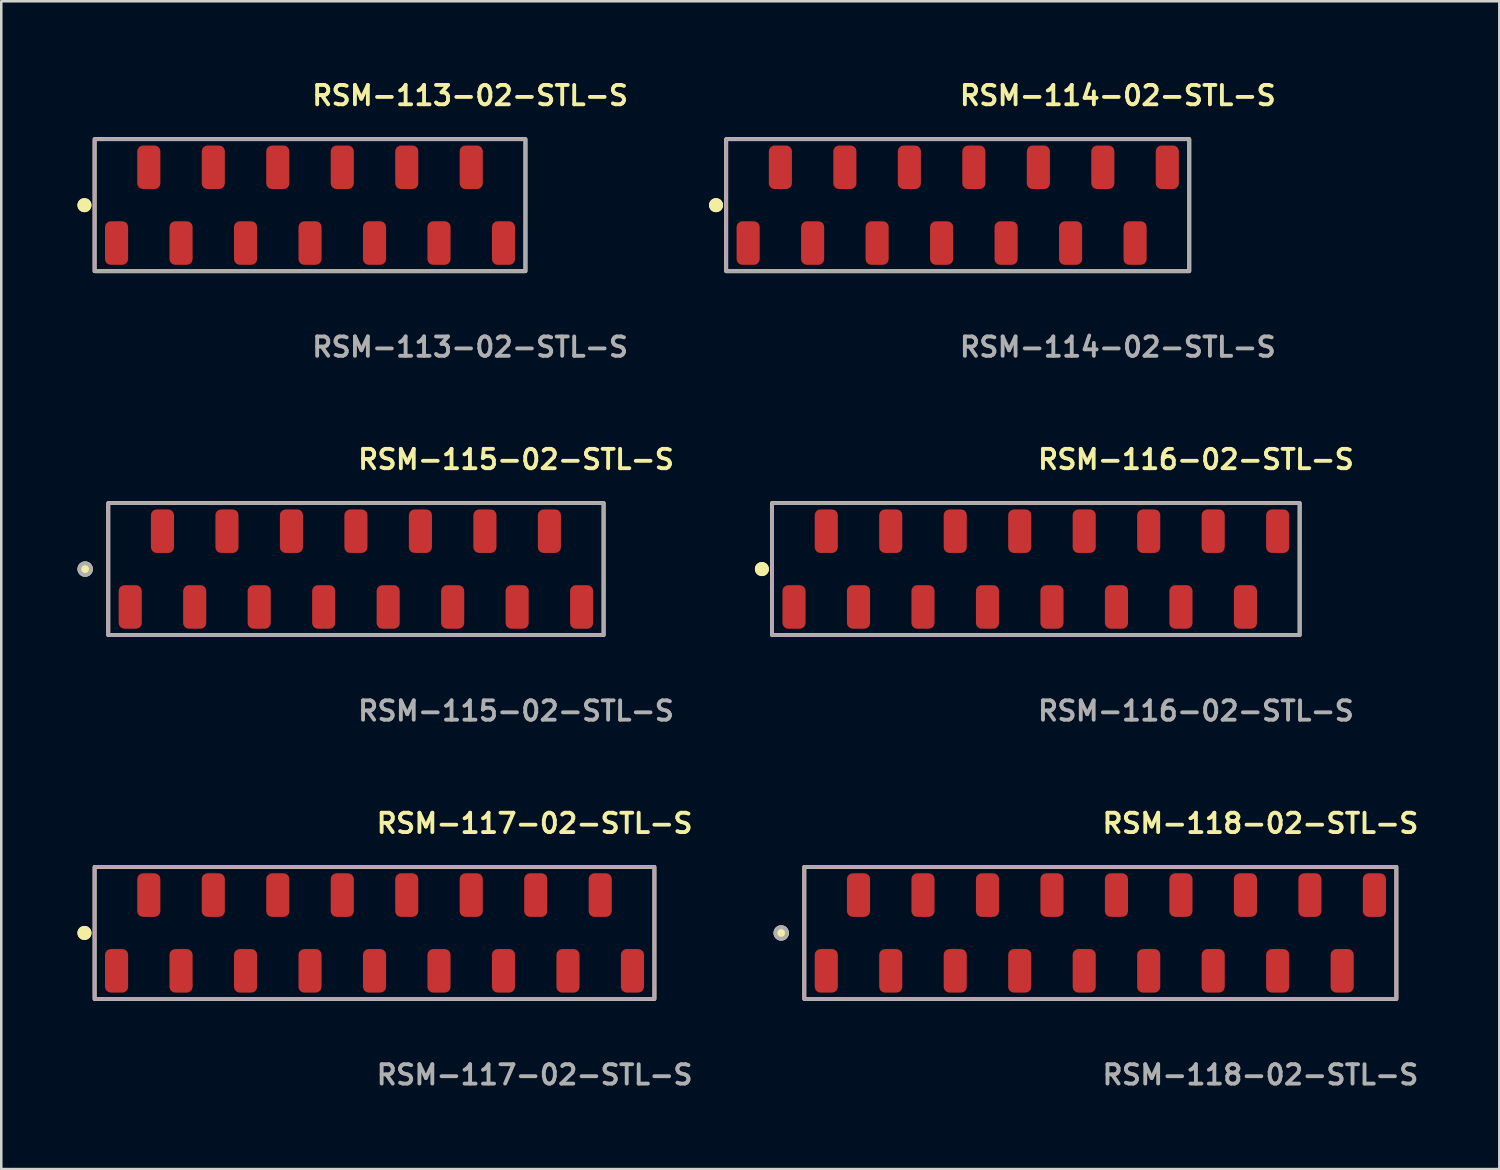
<source format=kicad_pcb>
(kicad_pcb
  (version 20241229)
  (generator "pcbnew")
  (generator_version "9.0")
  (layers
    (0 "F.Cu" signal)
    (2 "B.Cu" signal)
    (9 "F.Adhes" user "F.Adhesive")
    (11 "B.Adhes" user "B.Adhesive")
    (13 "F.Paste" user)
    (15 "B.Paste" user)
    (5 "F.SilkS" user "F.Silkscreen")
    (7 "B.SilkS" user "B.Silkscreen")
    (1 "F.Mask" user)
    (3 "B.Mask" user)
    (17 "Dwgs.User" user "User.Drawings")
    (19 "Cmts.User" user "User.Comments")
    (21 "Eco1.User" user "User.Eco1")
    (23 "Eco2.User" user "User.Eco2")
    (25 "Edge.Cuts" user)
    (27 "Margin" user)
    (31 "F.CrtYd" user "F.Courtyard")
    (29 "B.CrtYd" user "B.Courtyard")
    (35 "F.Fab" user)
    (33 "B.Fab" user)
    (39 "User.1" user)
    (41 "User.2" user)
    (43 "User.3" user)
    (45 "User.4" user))
  (footprint "RSM-113-02-STL-S"
    (layer "F.Cu")
    (at 9.161 5.031)
    (property "Reference" "RSM-113-02-STL-S" (at 0 -4.318 0) (unlocked yes) (layer "F.SilkS") (effects (font (size 0.762 0.762) (thickness 0.152)) (justify left)))
    (fp_rect (start -8.485 2.6) (end 8.485 -2.6) (stroke (width 0.152) (type solid)) (fill no) (layer "F.SilkS"))
    (fp_circle (center -8.885 0) (end -9.085 0) (stroke (width 0.152) (type solid)) (fill yes) (layer "F.SilkS"))
    (fp_circle (center -8.885 0) (end -9.085 0) (stroke (width 0.152) (type solid)) (fill yes) (layer "F.SilkS"))
    (fp_rect (start -8.485 2.6) (end 8.485 -2.6) (stroke (width 0.006) (type solid)) (fill no) (layer "F.CrtYd"))
    (fp_rect (start -8.485 2.6) (end 8.485 -2.6) (stroke (width 0.152) (type solid)) (fill no) (layer "F.Fab"))
    (fp_text user "${REFERENCE}" (at 0 5.588 0) (unlocked yes) (layer "F.Fab") (effects (font (size 0.762 0.762) (thickness 0.152)) (justify left)))
    (pad "1" smd roundrect (at -7.62 1.492) (size 0.91 1.715) (layers "F.Cu" "F.Paste") (roundrect_rratio 0.25))
    (pad "2" smd roundrect (at -6.35 -1.492) (size 0.91 1.715) (layers "F.Cu" "F.Paste") (roundrect_rratio 0.25))
    (pad "3" smd roundrect (at -5.08 1.492) (size 0.91 1.715) (layers "F.Cu" "F.Paste") (roundrect_rratio 0.25))
    (pad "4" smd roundrect (at -3.81 -1.492) (size 0.91 1.715) (layers "F.Cu" "F.Paste") (roundrect_rratio 0.25))
    (pad "5" smd roundrect (at -2.54 1.492) (size 0.91 1.715) (layers "F.Cu" "F.Paste") (roundrect_rratio 0.25))
    (pad "6" smd roundrect (at -1.27 -1.492) (size 0.91 1.715) (layers "F.Cu" "F.Paste") (roundrect_rratio 0.25))
    (pad "7" smd roundrect (at 0 1.492) (size 0.91 1.715) (layers "F.Cu" "F.Paste") (roundrect_rratio 0.25))
    (pad "8" smd roundrect (at 1.27 -1.492) (size 0.91 1.715) (layers "F.Cu" "F.Paste") (roundrect_rratio 0.25))
    (pad "9" smd roundrect (at 2.54 1.492) (size 0.91 1.715) (layers "F.Cu" "F.Paste") (roundrect_rratio 0.25))
    (pad "10" smd roundrect (at 3.81 -1.492) (size 0.91 1.715) (layers "F.Cu" "F.Paste") (roundrect_rratio 0.25))
    (pad "11" smd roundrect (at 5.08 1.492) (size 0.91 1.715) (layers "F.Cu" "F.Paste") (roundrect_rratio 0.25))
    (pad "12" smd roundrect (at 6.35 -1.492) (size 0.91 1.715) (layers "F.Cu" "F.Paste") (roundrect_rratio 0.25))
    (pad "13" smd roundrect (at 7.62 1.492) (size 0.91 1.715) (layers "F.Cu" "F.Paste") (roundrect_rratio 0.25)))
  (footprint "RSM-115-02-STL-S"
    (layer "F.Cu")
    (at 10.969 19.364)
    (property "Reference" "RSM-115-02-STL-S" (at 0 -4.318 0) (unlocked yes) (layer "F.SilkS") (effects (font (size 0.762 0.762) (thickness 0.152)) (justify left)))
    (fp_rect (start -9.755 2.6) (end 9.755 -2.6) (stroke (width 0.152) (type solid)) (fill no) (layer "F.SilkS"))
    (fp_circle (center -10.665 0) (end -10.893 0) (stroke (width 0.152) (type solid)) (fill yes) (layer "F.SilkS"))
    (fp_rect (start -9.755 2.6) (end 9.755 -2.6) (stroke (width 0.006) (type solid)) (fill no) (layer "F.CrtYd"))
    (fp_rect (start -9.755 2.6) (end 9.755 -2.6) (stroke (width 0.152) (type solid)) (fill no) (layer "F.Fab"))
    (fp_circle (center -10.665 0) (end -10.893 0) (stroke (width 0.152) (type solid)) (fill no) (layer "F.Fab"))
    (fp_text user "${REFERENCE}" (at 0 5.588 0) (unlocked yes) (layer "F.Fab") (effects (font (size 0.762 0.762) (thickness 0.152)) (justify left)))
    (pad "1" smd roundrect (at -8.89 1.492) (size 0.91 1.715) (layers "F.Cu" "F.Paste") (roundrect_rratio 0.25))
    (pad "2" smd roundrect (at -7.62 -1.492) (size 0.91 1.715) (layers "F.Cu" "F.Paste") (roundrect_rratio 0.25))
    (pad "3" smd roundrect (at -6.35 1.492) (size 0.91 1.715) (layers "F.Cu" "F.Paste") (roundrect_rratio 0.25))
    (pad "4" smd roundrect (at -5.08 -1.492) (size 0.91 1.715) (layers "F.Cu" "F.Paste") (roundrect_rratio 0.25))
    (pad "5" smd roundrect (at -3.81 1.492) (size 0.91 1.715) (layers "F.Cu" "F.Paste") (roundrect_rratio 0.25))
    (pad "6" smd roundrect (at -2.54 -1.492) (size 0.91 1.715) (layers "F.Cu" "F.Paste") (roundrect_rratio 0.25))
    (pad "7" smd roundrect (at -1.27 1.492) (size 0.91 1.715) (layers "F.Cu" "F.Paste") (roundrect_rratio 0.25))
    (pad "8" smd roundrect (at 0 -1.492) (size 0.91 1.715) (layers "F.Cu" "F.Paste") (roundrect_rratio 0.25))
    (pad "9" smd roundrect (at 1.27 1.492) (size 0.91 1.715) (layers "F.Cu" "F.Paste") (roundrect_rratio 0.25))
    (pad "10" smd roundrect (at 2.54 -1.492) (size 0.91 1.715) (layers "F.Cu" "F.Paste") (roundrect_rratio 0.25))
    (pad "11" smd roundrect (at 3.81 1.492) (size 0.91 1.715) (layers "F.Cu" "F.Paste") (roundrect_rratio 0.25))
    (pad "12" smd roundrect (at 5.08 -1.492) (size 0.91 1.715) (layers "F.Cu" "F.Paste") (roundrect_rratio 0.25))
    (pad "13" smd roundrect (at 6.35 1.492) (size 0.91 1.715) (layers "F.Cu" "F.Paste") (roundrect_rratio 0.25))
    (pad "14" smd roundrect (at 7.62 -1.492) (size 0.91 1.715) (layers "F.Cu" "F.Paste") (roundrect_rratio 0.25))
    (pad "15" smd roundrect (at 8.89 1.492) (size 0.91 1.715) (layers "F.Cu" "F.Paste") (roundrect_rratio 0.25)))
  (footprint "RSM-114-02-STL-S"
    (layer "F.Cu")
    (at 34.672 5.031)
    (property "Reference" "RSM-114-02-STL-S" (at 0 -4.318 0) (unlocked yes) (layer "F.SilkS") (effects (font (size 0.762 0.762) (thickness 0.152)) (justify left)))
    (fp_rect (start -9.12 2.6) (end 9.12 -2.6) (stroke (width 0.152) (type solid)) (fill no) (layer "F.SilkS"))
    (fp_circle (center -9.52 0) (end -9.72 0) (stroke (width 0.152) (type solid)) (fill yes) (layer "F.SilkS"))
    (fp_circle (center -9.52 0) (end -9.72 0) (stroke (width 0.152) (type solid)) (fill yes) (layer "F.SilkS"))
    (fp_rect (start -9.12 2.6) (end 9.12 -2.6) (stroke (width 0.006) (type solid)) (fill no) (layer "F.CrtYd"))
    (fp_rect (start -9.12 2.6) (end 9.12 -2.6) (stroke (width 0.152) (type solid)) (fill no) (layer "F.Fab"))
    (fp_text user "${REFERENCE}" (at 0 5.588 0) (unlocked yes) (layer "F.Fab") (effects (font (size 0.762 0.762) (thickness 0.152)) (justify left)))
    (pad "1" smd roundrect (at -8.255 1.492) (size 0.91 1.715) (layers "F.Cu" "F.Paste") (roundrect_rratio 0.25))
    (pad "2" smd roundrect (at -6.985 -1.492) (size 0.91 1.715) (layers "F.Cu" "F.Paste") (roundrect_rratio 0.25))
    (pad "3" smd roundrect (at -5.715 1.492) (size 0.91 1.715) (layers "F.Cu" "F.Paste") (roundrect_rratio 0.25))
    (pad "4" smd roundrect (at -4.445 -1.492) (size 0.91 1.715) (layers "F.Cu" "F.Paste") (roundrect_rratio 0.25))
    (pad "5" smd roundrect (at -3.175 1.492) (size 0.91 1.715) (layers "F.Cu" "F.Paste") (roundrect_rratio 0.25))
    (pad "6" smd roundrect (at -1.905 -1.492) (size 0.91 1.715) (layers "F.Cu" "F.Paste") (roundrect_rratio 0.25))
    (pad "7" smd roundrect (at -0.635 1.492) (size 0.91 1.715) (layers "F.Cu" "F.Paste") (roundrect_rratio 0.25))
    (pad "8" smd roundrect (at 0.635 -1.492) (size 0.91 1.715) (layers "F.Cu" "F.Paste") (roundrect_rratio 0.25))
    (pad "9" smd roundrect (at 1.905 1.492) (size 0.91 1.715) (layers "F.Cu" "F.Paste") (roundrect_rratio 0.25))
    (pad "10" smd roundrect (at 3.175 -1.492) (size 0.91 1.715) (layers "F.Cu" "F.Paste") (roundrect_rratio 0.25))
    (pad "11" smd roundrect (at 4.445 1.492) (size 0.91 1.715) (layers "F.Cu" "F.Paste") (roundrect_rratio 0.25))
    (pad "12" smd roundrect (at 5.715 -1.492) (size 0.91 1.715) (layers "F.Cu" "F.Paste") (roundrect_rratio 0.25))
    (pad "13" smd roundrect (at 6.985 1.492) (size 0.91 1.715) (layers "F.Cu" "F.Paste") (roundrect_rratio 0.25))
    (pad "14" smd roundrect (at 8.255 -1.492) (size 0.91 1.715) (layers "F.Cu" "F.Paste") (roundrect_rratio 0.25)))
  (footprint "RSM-118-02-STL-S"
    (layer "F.Cu")
    (at 40.289 33.696)
    (property "Reference" "RSM-118-02-STL-S" (at 0 -4.318 0) (unlocked yes) (layer "F.SilkS") (effects (font (size 0.762 0.762) (thickness 0.152)) (justify left)))
    (fp_rect (start -11.66 2.6) (end 11.66 -2.6) (stroke (width 0.152) (type solid)) (fill no) (layer "F.SilkS"))
    (fp_circle (center -12.57 0) (end -12.797 0) (stroke (width 0.152) (type solid)) (fill yes) (layer "F.SilkS"))
    (fp_rect (start -11.66 2.6) (end 11.66 -2.6) (stroke (width 0.006) (type solid)) (fill no) (layer "F.CrtYd"))
    (fp_rect (start -11.66 2.6) (end 11.66 -2.6) (stroke (width 0.152) (type solid)) (fill no) (layer "F.Fab"))
    (fp_circle (center -12.57 0) (end -12.797 0) (stroke (width 0.152) (type solid)) (fill no) (layer "F.Fab"))
    (fp_text user "${REFERENCE}" (at 0 5.588 0) (unlocked yes) (layer "F.Fab") (effects (font (size 0.762 0.762) (thickness 0.152)) (justify left)))
    (pad "1" smd roundrect (at -10.795 1.492) (size 0.91 1.715) (layers "F.Cu" "F.Paste") (roundrect_rratio 0.25))
    (pad "2" smd roundrect (at -9.525 -1.492) (size 0.91 1.715) (layers "F.Cu" "F.Paste") (roundrect_rratio 0.25))
    (pad "3" smd roundrect (at -8.255 1.492) (size 0.91 1.715) (layers "F.Cu" "F.Paste") (roundrect_rratio 0.25))
    (pad "4" smd roundrect (at -6.985 -1.492) (size 0.91 1.715) (layers "F.Cu" "F.Paste") (roundrect_rratio 0.25))
    (pad "5" smd roundrect (at -5.715 1.492) (size 0.91 1.715) (layers "F.Cu" "F.Paste") (roundrect_rratio 0.25))
    (pad "6" smd roundrect (at -4.445 -1.492) (size 0.91 1.715) (layers "F.Cu" "F.Paste") (roundrect_rratio 0.25))
    (pad "7" smd roundrect (at -3.175 1.492) (size 0.91 1.715) (layers "F.Cu" "F.Paste") (roundrect_rratio 0.25))
    (pad "8" smd roundrect (at -1.905 -1.492) (size 0.91 1.715) (layers "F.Cu" "F.Paste") (roundrect_rratio 0.25))
    (pad "9" smd roundrect (at -0.635 1.492) (size 0.91 1.715) (layers "F.Cu" "F.Paste") (roundrect_rratio 0.25))
    (pad "10" smd roundrect (at 0.635 -1.492) (size 0.91 1.715) (layers "F.Cu" "F.Paste") (roundrect_rratio 0.25))
    (pad "11" smd roundrect (at 1.905 1.492) (size 0.91 1.715) (layers "F.Cu" "F.Paste") (roundrect_rratio 0.25))
    (pad "12" smd roundrect (at 3.175 -1.492) (size 0.91 1.715) (layers "F.Cu" "F.Paste") (roundrect_rratio 0.25))
    (pad "13" smd roundrect (at 4.445 1.492) (size 0.91 1.715) (layers "F.Cu" "F.Paste") (roundrect_rratio 0.25))
    (pad "14" smd roundrect (at 5.715 -1.492) (size 0.91 1.715) (layers "F.Cu" "F.Paste") (roundrect_rratio 0.25))
    (pad "15" smd roundrect (at 6.985 1.492) (size 0.91 1.715) (layers "F.Cu" "F.Paste") (roundrect_rratio 0.25))
    (pad "16" smd roundrect (at 8.255 -1.492) (size 0.91 1.715) (layers "F.Cu" "F.Paste") (roundrect_rratio 0.25))
    (pad "17" smd roundrect (at 9.525 1.492) (size 0.91 1.715) (layers "F.Cu" "F.Paste") (roundrect_rratio 0.25))
    (pad "18" smd roundrect (at 10.795 -1.492) (size 0.91 1.715) (layers "F.Cu" "F.Paste") (roundrect_rratio 0.25)))
  (footprint "RSM-116-02-STL-S"
    (layer "F.Cu")
    (at 37.749 19.364)
    (property "Reference" "RSM-116-02-STL-S" (at 0 -4.318 0) (unlocked yes) (layer "F.SilkS") (effects (font (size 0.762 0.762) (thickness 0.152)) (justify left)))
    (fp_rect (start -10.39 2.6) (end 10.39 -2.6) (stroke (width 0.152) (type solid)) (fill no) (layer "F.SilkS"))
    (fp_circle (center -10.79 0) (end -10.99 0) (stroke (width 0.152) (type solid)) (fill yes) (layer "F.SilkS"))
    (fp_circle (center -10.79 0) (end -10.99 0) (stroke (width 0.152) (type solid)) (fill yes) (layer "F.SilkS"))
    (fp_rect (start -10.39 2.6) (end 10.39 -2.6) (stroke (width 0.006) (type solid)) (fill no) (layer "F.CrtYd"))
    (fp_rect (start -10.39 2.6) (end 10.39 -2.6) (stroke (width 0.152) (type solid)) (fill no) (layer "F.Fab"))
    (fp_text user "${REFERENCE}" (at 0 5.588 0) (unlocked yes) (layer "F.Fab") (effects (font (size 0.762 0.762) (thickness 0.152)) (justify left)))
    (pad "1" smd roundrect (at -9.525 1.492) (size 0.91 1.715) (layers "F.Cu" "F.Paste") (roundrect_rratio 0.25))
    (pad "2" smd roundrect (at -8.255 -1.492) (size 0.91 1.715) (layers "F.Cu" "F.Paste") (roundrect_rratio 0.25))
    (pad "3" smd roundrect (at -6.985 1.492) (size 0.91 1.715) (layers "F.Cu" "F.Paste") (roundrect_rratio 0.25))
    (pad "4" smd roundrect (at -5.715 -1.492) (size 0.91 1.715) (layers "F.Cu" "F.Paste") (roundrect_rratio 0.25))
    (pad "5" smd roundrect (at -4.445 1.492) (size 0.91 1.715) (layers "F.Cu" "F.Paste") (roundrect_rratio 0.25))
    (pad "6" smd roundrect (at -3.175 -1.492) (size 0.91 1.715) (layers "F.Cu" "F.Paste") (roundrect_rratio 0.25))
    (pad "7" smd roundrect (at -1.905 1.492) (size 0.91 1.715) (layers "F.Cu" "F.Paste") (roundrect_rratio 0.25))
    (pad "8" smd roundrect (at -0.635 -1.492) (size 0.91 1.715) (layers "F.Cu" "F.Paste") (roundrect_rratio 0.25))
    (pad "9" smd roundrect (at 0.635 1.492) (size 0.91 1.715) (layers "F.Cu" "F.Paste") (roundrect_rratio 0.25))
    (pad "10" smd roundrect (at 1.905 -1.492) (size 0.91 1.715) (layers "F.Cu" "F.Paste") (roundrect_rratio 0.25))
    (pad "11" smd roundrect (at 3.175 1.492) (size 0.91 1.715) (layers "F.Cu" "F.Paste") (roundrect_rratio 0.25))
    (pad "12" smd roundrect (at 4.445 -1.492) (size 0.91 1.715) (layers "F.Cu" "F.Paste") (roundrect_rratio 0.25))
    (pad "13" smd roundrect (at 5.715 1.492) (size 0.91 1.715) (layers "F.Cu" "F.Paste") (roundrect_rratio 0.25))
    (pad "14" smd roundrect (at 6.985 -1.492) (size 0.91 1.715) (layers "F.Cu" "F.Paste") (roundrect_rratio 0.25))
    (pad "15" smd roundrect (at 8.255 1.492) (size 0.91 1.715) (layers "F.Cu" "F.Paste") (roundrect_rratio 0.25))
    (pad "16" smd roundrect (at 9.525 -1.492) (size 0.91 1.715) (layers "F.Cu" "F.Paste") (roundrect_rratio 0.25)))
  (footprint "RSM-117-02-STL-S"
    (layer "F.Cu")
    (at 11.701 33.696)
    (property "Reference" "RSM-117-02-STL-S" (at 0 -4.318 0) (unlocked yes) (layer "F.SilkS") (effects (font (size 0.762 0.762) (thickness 0.152)) (justify left)))
    (fp_rect (start -11.025 2.6) (end 11.025 -2.6) (stroke (width 0.152) (type solid)) (fill no) (layer "F.SilkS"))
    (fp_circle (center -11.425 0) (end -11.625 0) (stroke (width 0.152) (type solid)) (fill yes) (layer "F.SilkS"))
    (fp_circle (center -11.425 0) (end -11.625 0) (stroke (width 0.152) (type solid)) (fill yes) (layer "F.SilkS"))
    (fp_rect (start -11.025 2.6) (end 11.025 -2.6) (stroke (width 0.006) (type solid)) (fill no) (layer "F.CrtYd"))
    (fp_rect (start -11.025 2.6) (end 11.025 -2.6) (stroke (width 0.152) (type solid)) (fill no) (layer "F.Fab"))
    (fp_text user "${REFERENCE}" (at 0 5.588 0) (unlocked yes) (layer "F.Fab") (effects (font (size 0.762 0.762) (thickness 0.152)) (justify left)))
    (pad "1" smd roundrect (at -10.16 1.492) (size 0.91 1.715) (layers "F.Cu" "F.Paste") (roundrect_rratio 0.25))
    (pad "2" smd roundrect (at -8.89 -1.492) (size 0.91 1.715) (layers "F.Cu" "F.Paste") (roundrect_rratio 0.25))
    (pad "3" smd roundrect (at -7.62 1.492) (size 0.91 1.715) (layers "F.Cu" "F.Paste") (roundrect_rratio 0.25))
    (pad "4" smd roundrect (at -6.35 -1.492) (size 0.91 1.715) (layers "F.Cu" "F.Paste") (roundrect_rratio 0.25))
    (pad "5" smd roundrect (at -5.08 1.492) (size 0.91 1.715) (layers "F.Cu" "F.Paste") (roundrect_rratio 0.25))
    (pad "6" smd roundrect (at -3.81 -1.492) (size 0.91 1.715) (layers "F.Cu" "F.Paste") (roundrect_rratio 0.25))
    (pad "7" smd roundrect (at -2.54 1.492) (size 0.91 1.715) (layers "F.Cu" "F.Paste") (roundrect_rratio 0.25))
    (pad "8" smd roundrect (at -1.27 -1.492) (size 0.91 1.715) (layers "F.Cu" "F.Paste") (roundrect_rratio 0.25))
    (pad "9" smd roundrect (at 0 1.492) (size 0.91 1.715) (layers "F.Cu" "F.Paste") (roundrect_rratio 0.25))
    (pad "10" smd roundrect (at 1.27 -1.492) (size 0.91 1.715) (layers "F.Cu" "F.Paste") (roundrect_rratio 0.25))
    (pad "11" smd roundrect (at 2.54 1.492) (size 0.91 1.715) (layers "F.Cu" "F.Paste") (roundrect_rratio 0.25))
    (pad "12" smd roundrect (at 3.81 -1.492) (size 0.91 1.715) (layers "F.Cu" "F.Paste") (roundrect_rratio 0.25))
    (pad "13" smd roundrect (at 5.08 1.492) (size 0.91 1.715) (layers "F.Cu" "F.Paste") (roundrect_rratio 0.25))
    (pad "14" smd roundrect (at 6.35 -1.492) (size 0.91 1.715) (layers "F.Cu" "F.Paste") (roundrect_rratio 0.25))
    (pad "15" smd roundrect (at 7.62 1.492) (size 0.91 1.715) (layers "F.Cu" "F.Paste") (roundrect_rratio 0.25))
    (pad "16" smd roundrect (at 8.89 -1.492) (size 0.91 1.715) (layers "F.Cu" "F.Paste") (roundrect_rratio 0.25))
    (pad "17" smd roundrect (at 10.16 1.492) (size 0.91 1.715) (layers "F.Cu" "F.Paste") (roundrect_rratio 0.25)))
  (gr_rect
    (start -3 -3)
    (end 56.004 42.997)
    (stroke (width 0.1) (type default))
    (fill no)
    (layer "Edge.Cuts")))
</source>
